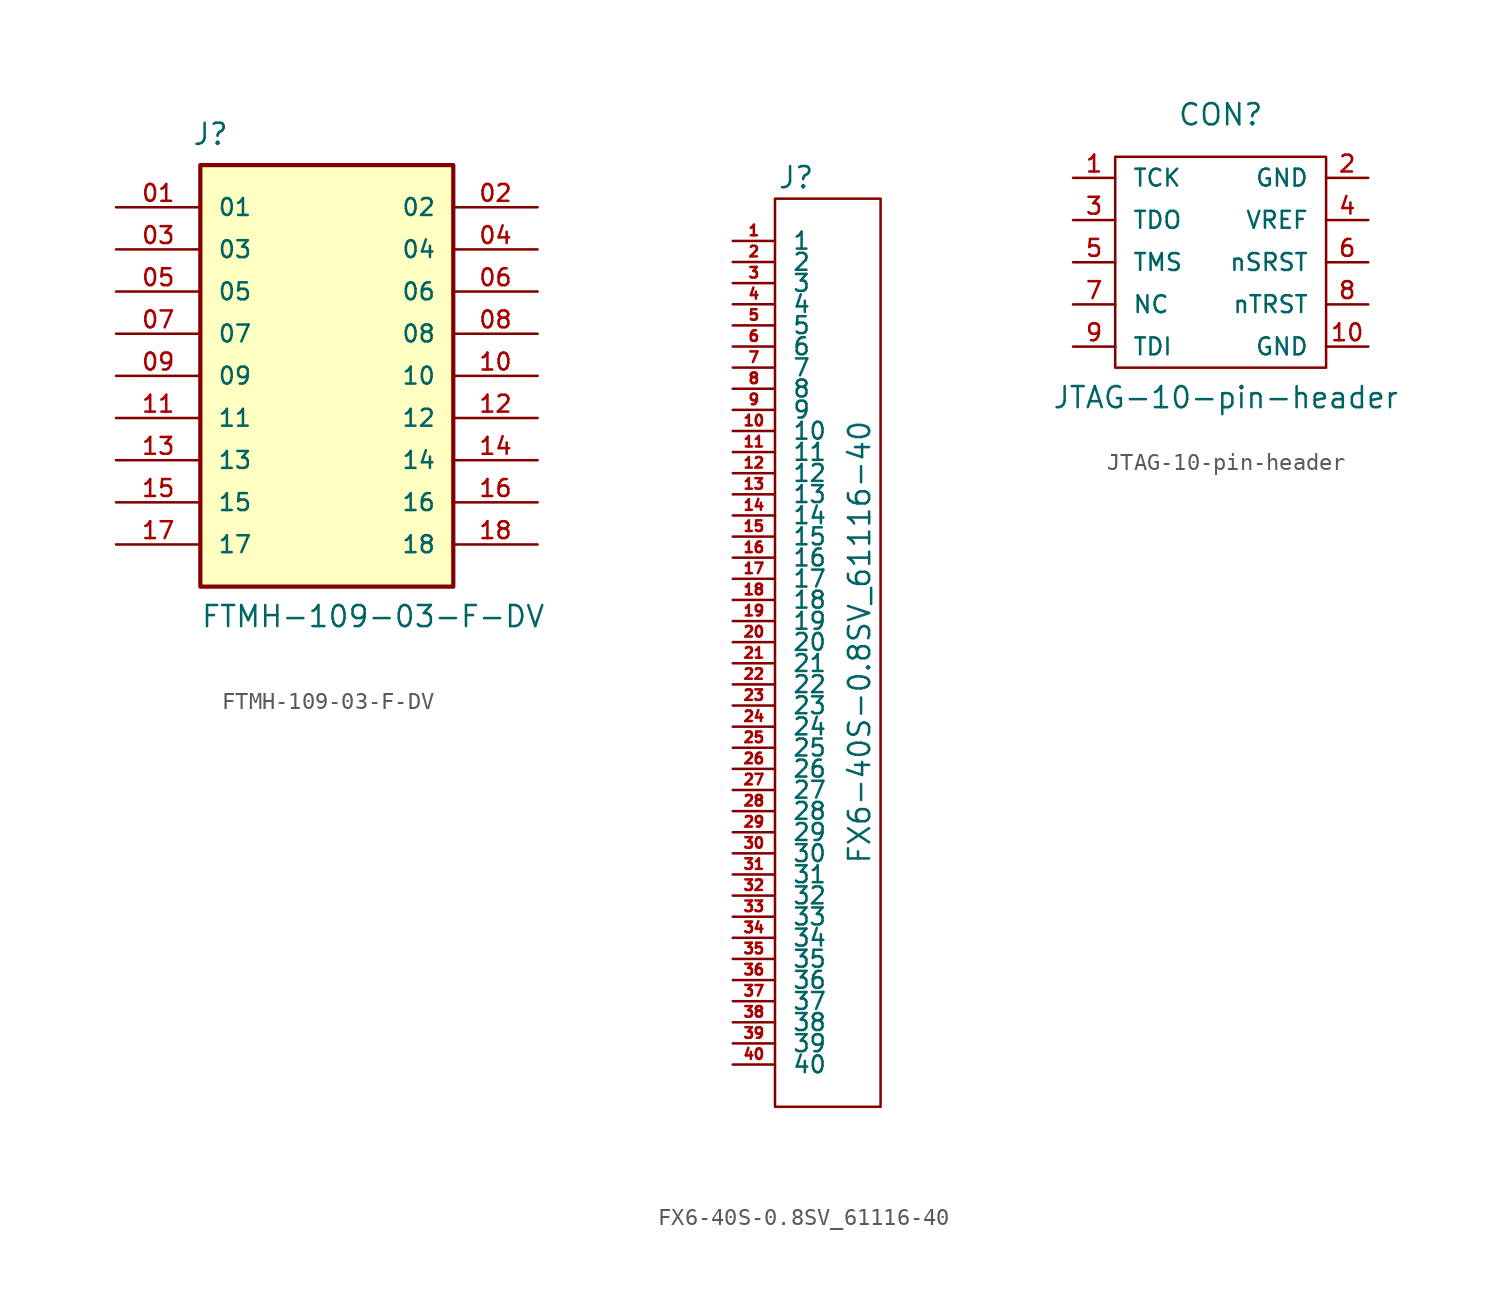
<source format=kicad_sym>
(kicad_symbol_lib
  (version 20231120)
  (generator "kicad_symbol_editor")
  (generator_version "8.0")
  (symbol "FTMH-109-03-F-DV"
    (pin_names
      (offset 1.016))
    (property "Reference" "J"
      (at -8.128 13.818 0)
      (effects (font (size 1.27 1.27)) (justify left bottom)))
    (property "Value" "FTMH-109-03-F-DV"
      (at -7.62 -15.24 0)
      (effects (font (size 1.27 1.27)) (justify left bottom)))
    (symbol "FTMH-109-03-F-DV_0_0"
      (rectangle (start -7.62 -12.7) (end 7.62 12.7) (stroke (width 0.254) (type default)) (fill (type background)))
      (pin passive line (at -12.7 10.16 0) (length 5.08) (name "01" (effects (font (size 1.016 1.016)))) (number "01" (effects (font (size 1.016 1.016)))))
      (pin passive line (at 12.7 10.16 180) (length 5.08) (name "02" (effects (font (size 1.016 1.016)))) (number "02" (effects (font (size 1.016 1.016)))))
      (pin passive line (at -12.7 7.62 0) (length 5.08) (name "03" (effects (font (size 1.016 1.016)))) (number "03" (effects (font (size 1.016 1.016)))))
      (pin passive line (at 12.7 7.62 180) (length 5.08) (name "04" (effects (font (size 1.016 1.016)))) (number "04" (effects (font (size 1.016 1.016)))))
      (pin passive line (at -12.7 5.08 0) (length 5.08) (name "05" (effects (font (size 1.016 1.016)))) (number "05" (effects (font (size 1.016 1.016)))))
      (pin passive line (at 12.7 5.08 180) (length 5.08) (name "06" (effects (font (size 1.016 1.016)))) (number "06" (effects (font (size 1.016 1.016)))))
      (pin passive line (at -12.7 2.54 0) (length 5.08) (name "07" (effects (font (size 1.016 1.016)))) (number "07" (effects (font (size 1.016 1.016)))))
      (pin passive line (at 12.7 2.54 180) (length 5.08) (name "08" (effects (font (size 1.016 1.016)))) (number "08" (effects (font (size 1.016 1.016)))))
      (pin passive line (at -12.7 0 0) (length 5.08) (name "09" (effects (font (size 1.016 1.016)))) (number "09" (effects (font (size 1.016 1.016)))))
      (pin passive line (at 12.7 0 180) (length 5.08) (name "10" (effects (font (size 1.016 1.016)))) (number "10" (effects (font (size 1.016 1.016)))))
      (pin passive line (at -12.7 -2.54 0) (length 5.08) (name "11" (effects (font (size 1.016 1.016)))) (number "11" (effects (font (size 1.016 1.016)))))
      (pin passive line (at 12.7 -2.54 180) (length 5.08) (name "12" (effects (font (size 1.016 1.016)))) (number "12" (effects (font (size 1.016 1.016)))))
      (pin passive line (at -12.7 -5.08 0) (length 5.08) (name "13" (effects (font (size 1.016 1.016)))) (number "13" (effects (font (size 1.016 1.016)))))
      (pin passive line (at 12.7 -5.08 180) (length 5.08) (name "14" (effects (font (size 1.016 1.016)))) (number "14" (effects (font (size 1.016 1.016)))))
      (pin passive line (at -12.7 -7.62 0) (length 5.08) (name "15" (effects (font (size 1.016 1.016)))) (number "15" (effects (font (size 1.016 1.016)))))
      (pin passive line (at 12.7 -7.62 180) (length 5.08) (name "16" (effects (font (size 1.016 1.016)))) (number "16" (effects (font (size 1.016 1.016)))))
      (pin passive line (at -12.7 -10.16 0) (length 5.08) (name "17" (effects (font (size 1.016 1.016)))) (number "17" (effects (font (size 1.016 1.016)))))
      (pin passive line (at 12.7 -10.16 180) (length 5.08) (name "18" (effects (font (size 1.016 1.016)))) (number "18" (effects (font (size 1.016 1.016)))))))
  (symbol "FX6-40S-0.8SV_61116-40"
    (pin_names
      (offset 1.016))
    (property "Reference" "J"
      (at -2.54 27.94 0)
      (effects (font (size 1.27 1.27))))
    (property "Value" "FX6-40S-0.8SV_61116-40"
      (at 1.27 0 90)
      (effects (font (size 1.27 1.27))))
    (symbol "FX6-40S-0.8SV_61116-40_0_1"
      (rectangle (start 2.54 -27.94) (end -3.81 26.67) (stroke (width 0) (type default)) (fill (type none))))
    (symbol "FX6-40S-0.8SV_61116-40_1_1"
      (pin passive line (at -6.35 24.13 0) (length 2.54) (name "1" (effects (font (size 1.016 1.016)))) (number "1" (effects (font (size 0.635 0.635)))))
      (pin passive line (at -6.35 12.7 0) (length 2.54) (name "10" (effects (font (size 1.016 1.016)))) (number "10" (effects (font (size 0.635 0.635)))))
      (pin passive line (at -6.35 11.43 0) (length 2.54) (name "11" (effects (font (size 1.016 1.016)))) (number "11" (effects (font (size 0.635 0.635)))))
      (pin passive line (at -6.35 10.16 0) (length 2.54) (name "12" (effects (font (size 1.016 1.016)))) (number "12" (effects (font (size 0.635 0.635)))))
      (pin passive line (at -6.35 8.89 0) (length 2.54) (name "13" (effects (font (size 1.016 1.016)))) (number "13" (effects (font (size 0.635 0.635)))))
      (pin passive line (at -6.35 7.62 0) (length 2.54) (name "14" (effects (font (size 1.016 1.016)))) (number "14" (effects (font (size 0.635 0.635)))))
      (pin passive line (at -6.35 6.35 0) (length 2.54) (name "15" (effects (font (size 1.016 1.016)))) (number "15" (effects (font (size 0.635 0.635)))))
      (pin passive line (at -6.35 5.08 0) (length 2.54) (name "16" (effects (font (size 1.016 1.016)))) (number "16" (effects (font (size 0.635 0.635)))))
      (pin passive line (at -6.35 3.81 0) (length 2.54) (name "17" (effects (font (size 1.016 1.016)))) (number "17" (effects (font (size 0.635 0.635)))))
      (pin passive line (at -6.35 2.54 0) (length 2.54) (name "18" (effects (font (size 1.016 1.016)))) (number "18" (effects (font (size 0.635 0.635)))))
      (pin passive line (at -6.35 1.27 0) (length 2.54) (name "19" (effects (font (size 1.016 1.016)))) (number "19" (effects (font (size 0.635 0.635)))))
      (pin passive line (at -6.35 22.86 0) (length 2.54) (name "2" (effects (font (size 1.016 1.016)))) (number "2" (effects (font (size 0.635 0.635)))))
      (pin passive line (at -6.35 0 0) (length 2.54) (name "20" (effects (font (size 1.016 1.016)))) (number "20" (effects (font (size 0.635 0.635)))))
      (pin passive line (at -6.35 -1.27 0) (length 2.54) (name "21" (effects (font (size 1.016 1.016)))) (number "21" (effects (font (size 0.635 0.635)))))
      (pin passive line (at -6.35 -2.54 0) (length 2.54) (name "22" (effects (font (size 1.016 1.016)))) (number "22" (effects (font (size 0.635 0.635)))))
      (pin passive line (at -6.35 -3.81 0) (length 2.54) (name "23" (effects (font (size 1.016 1.016)))) (number "23" (effects (font (size 0.635 0.635)))))
      (pin passive line (at -6.35 -5.08 0) (length 2.54) (name "24" (effects (font (size 1.016 1.016)))) (number "24" (effects (font (size 0.635 0.635)))))
      (pin passive line (at -6.35 -6.35 0) (length 2.54) (name "25" (effects (font (size 1.016 1.016)))) (number "25" (effects (font (size 0.635 0.635)))))
      (pin passive line (at -6.35 -7.62 0) (length 2.54) (name "26" (effects (font (size 1.016 1.016)))) (number "26" (effects (font (size 0.635 0.635)))))
      (pin passive line (at -6.35 -8.89 0) (length 2.54) (name "27" (effects (font (size 1.016 1.016)))) (number "27" (effects (font (size 0.635 0.635)))))
      (pin passive line (at -6.35 -10.16 0) (length 2.54) (name "28" (effects (font (size 1.016 1.016)))) (number "28" (effects (font (size 0.635 0.635)))))
      (pin passive line (at -6.35 -11.43 0) (length 2.54) (name "29" (effects (font (size 1.016 1.016)))) (number "29" (effects (font (size 0.635 0.635)))))
      (pin passive line (at -6.35 21.59 0) (length 2.54) (name "3" (effects (font (size 1.016 1.016)))) (number "3" (effects (font (size 0.635 0.635)))))
      (pin passive line (at -6.35 -12.7 0) (length 2.54) (name "30" (effects (font (size 1.016 1.016)))) (number "30" (effects (font (size 0.635 0.635)))))
      (pin passive line (at -6.35 -13.97 0) (length 2.54) (name "31" (effects (font (size 1.016 1.016)))) (number "31" (effects (font (size 0.635 0.635)))))
      (pin passive line (at -6.35 -15.24 0) (length 2.54) (name "32" (effects (font (size 1.016 1.016)))) (number "32" (effects (font (size 0.635 0.635)))))
      (pin passive line (at -6.35 -16.51 0) (length 2.54) (name "33" (effects (font (size 1.016 1.016)))) (number "33" (effects (font (size 0.635 0.635)))))
      (pin passive line (at -6.35 -17.78 0) (length 2.54) (name "34" (effects (font (size 1.016 1.016)))) (number "34" (effects (font (size 0.635 0.635)))))
      (pin passive line (at -6.35 -19.05 0) (length 2.54) (name "35" (effects (font (size 1.016 1.016)))) (number "35" (effects (font (size 0.635 0.635)))))
      (pin passive line (at -6.35 -20.32 0) (length 2.54) (name "36" (effects (font (size 1.016 1.016)))) (number "36" (effects (font (size 0.635 0.635)))))
      (pin passive line (at -6.35 -21.59 0) (length 2.54) (name "37" (effects (font (size 1.016 1.016)))) (number "37" (effects (font (size 0.635 0.635)))))
      (pin passive line (at -6.35 -22.86 0) (length 2.54) (name "38" (effects (font (size 1.016 1.016)))) (number "38" (effects (font (size 0.635 0.635)))))
      (pin passive line (at -6.35 -24.13 0) (length 2.54) (name "39" (effects (font (size 1.016 1.016)))) (number "39" (effects (font (size 0.635 0.635)))))
      (pin passive line (at -6.35 20.32 0) (length 2.54) (name "4" (effects (font (size 1.016 1.016)))) (number "4" (effects (font (size 0.635 0.635)))))
      (pin passive line (at -6.35 -25.4 0) (length 2.54) (name "40" (effects (font (size 1.016 1.016)))) (number "40" (effects (font (size 0.635 0.635)))))
      (pin passive line (at -6.35 19.05 0) (length 2.54) (name "5" (effects (font (size 1.016 1.016)))) (number "5" (effects (font (size 0.635 0.635)))))
      (pin passive line (at -6.35 17.78 0) (length 2.54) (name "6" (effects (font (size 1.016 1.016)))) (number "6" (effects (font (size 0.635 0.635)))))
      (pin passive line (at -6.35 16.51 0) (length 2.54) (name "7" (effects (font (size 1.016 1.016)))) (number "7" (effects (font (size 0.635 0.635)))))
      (pin passive line (at -6.35 15.24 0) (length 2.54) (name "8" (effects (font (size 1.016 1.016)))) (number "8" (effects (font (size 0.635 0.635)))))
      (pin passive line (at -6.35 13.97 0) (length 2.54) (name "9" (effects (font (size 1.016 1.016)))) (number "9" (effects (font (size 0.635 0.635)))))))
  (symbol "JTAG-10-pin-header"
    (pin_names
      (offset 1.016))
    (property "Reference" "CON"
      (at 0 8.89 0)
      (effects (font (size 1.27 1.27))))
    (property "Value" "JTAG-10-pin-header"
      (at -10.16 -8.89 0)
      (effects (font (size 1.27 1.27)) (justify left bottom)))
    (property "Datasheet" ""
      (at 10.541 0 0)
      (effects (font (size 1.27 1.27))))
    (symbol "JTAG-10-pin-header_0_1"
      (rectangle (start -6.35 6.35) (end 6.35 -6.35) (stroke (width 0) (type default)) (fill (type none))))
    (symbol "JTAG-10-pin-header_1_1"
      (pin passive line (at -8.89 5.08 0) (length 2.54) (name "TCK" (effects (font (size 1.016 1.016)))) (number "1" (effects (font (size 1.016 1.016)))))
      (pin passive line (at 8.89 -5.08 180) (length 2.54) (name "GND" (effects (font (size 1.016 1.016)))) (number "10" (effects (font (size 1.016 1.016)))))
      (pin passive line (at 8.89 5.08 180) (length 2.54) (name "GND" (effects (font (size 1.016 1.016)))) (number "2" (effects (font (size 1.016 1.016)))))
      (pin passive line (at -8.89 2.54 0) (length 2.54) (name "TDO" (effects (font (size 1.016 1.016)))) (number "3" (effects (font (size 1.016 1.016)))))
      (pin passive line (at 8.89 2.54 180) (length 2.54) (name "VREF" (effects (font (size 1.016 1.016)))) (number "4" (effects (font (size 1.016 1.016)))))
      (pin passive line (at -8.89 0 0) (length 2.54) (name "TMS" (effects (font (size 1.016 1.016)))) (number "5" (effects (font (size 1.016 1.016)))))
      (pin passive line (at 8.89 0 180) (length 2.54) (name "nSRST" (effects (font (size 1.016 1.016)))) (number "6" (effects (font (size 1.016 1.016)))))
      (pin passive line (at -8.89 -2.54 0) (length 2.54) (name "NC" (effects (font (size 1.016 1.016)))) (number "7" (effects (font (size 1.016 1.016)))))
      (pin passive line (at 8.89 -2.54 180) (length 2.54) (name "nTRST" (effects (font (size 1.016 1.016)))) (number "8" (effects (font (size 1.016 1.016)))))
      (pin passive line (at -8.89 -5.08 0) (length 2.54) (name "TDI" (effects (font (size 1.016 1.016)))) (number "9" (effects (font (size 1.016 1.016))))))))
</source>
